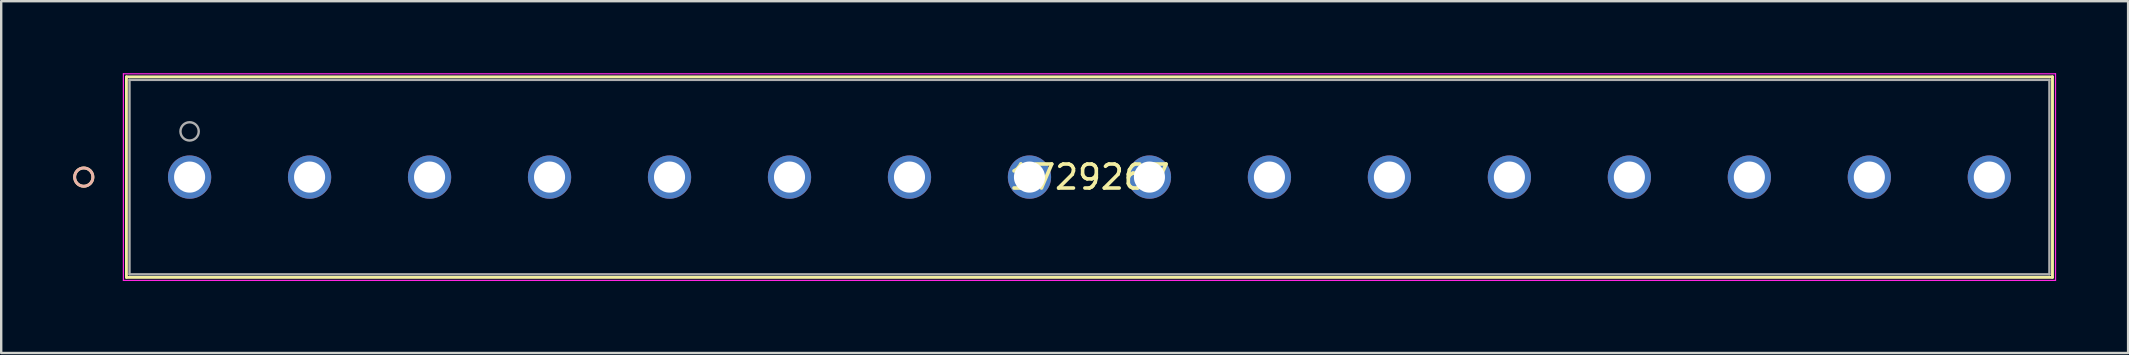
<source format=kicad_pcb>
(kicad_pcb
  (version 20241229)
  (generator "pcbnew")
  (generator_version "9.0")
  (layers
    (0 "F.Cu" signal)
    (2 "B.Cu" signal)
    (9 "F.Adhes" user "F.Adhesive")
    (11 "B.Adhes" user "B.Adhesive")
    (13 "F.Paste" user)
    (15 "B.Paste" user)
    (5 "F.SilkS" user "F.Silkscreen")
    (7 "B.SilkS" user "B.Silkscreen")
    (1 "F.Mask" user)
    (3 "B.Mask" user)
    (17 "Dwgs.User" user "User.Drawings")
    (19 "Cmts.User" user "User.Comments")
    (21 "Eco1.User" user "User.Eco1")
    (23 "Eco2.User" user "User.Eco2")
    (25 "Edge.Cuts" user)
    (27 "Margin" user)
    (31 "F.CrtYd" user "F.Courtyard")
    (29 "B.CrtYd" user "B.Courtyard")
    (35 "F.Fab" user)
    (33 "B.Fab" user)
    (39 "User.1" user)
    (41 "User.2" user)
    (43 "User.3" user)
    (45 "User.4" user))
  (footprint "1729267"
    (layer "F.Cu")
    (at 4.851 4.33)
    (property "Reference" "1729267" (at 37.5 0 0) (layer "F.SilkS") (effects (font (size 1 1) (thickness 0.15))))
    (attr through_hole)
    (fp_line (start -2.632 -4.178) (end -2.632 4.178) (stroke (width 0.12) (type solid)) (layer "F.SilkS"))
    (fp_line (start -2.632 4.178) (end 77.632 4.178) (stroke (width 0.12) (type solid)) (layer "F.SilkS"))
    (fp_line (start 77.632 -4.178) (end -2.632 -4.178) (stroke (width 0.12) (type solid)) (layer "F.SilkS"))
    (fp_line (start 77.632 4.178) (end 77.632 -4.178) (stroke (width 0.12) (type solid)) (layer "F.SilkS"))
    (fp_circle (center -4.41 0) (end -4.029 0) (stroke (width 0.12) (type solid)) (fill no) (layer "F.SilkS"))
    (fp_circle (center -4.41 0) (end -4.029 0) (stroke (width 0.12) (type solid)) (fill no) (layer "B.SilkS"))
    (fp_line (start -2.759 -4.305) (end -2.759 4.305) (stroke (width 0.05) (type solid)) (layer "F.CrtYd"))
    (fp_line (start -2.759 4.305) (end 77.759 4.305) (stroke (width 0.05) (type solid)) (layer "F.CrtYd"))
    (fp_line (start 77.759 -4.305) (end -2.759 -4.305) (stroke (width 0.05) (type solid)) (layer "F.CrtYd"))
    (fp_line (start 77.759 4.305) (end 77.759 -4.305) (stroke (width 0.05) (type solid)) (layer "F.CrtYd"))
    (fp_line (start -2.505 -4.051) (end -2.505 4.051) (stroke (width 0.1) (type solid)) (layer "F.Fab"))
    (fp_line (start -2.505 4.051) (end 77.505 4.051) (stroke (width 0.1) (type solid)) (layer "F.Fab"))
    (fp_line (start 77.505 -4.051) (end -2.505 -4.051) (stroke (width 0.1) (type solid)) (layer "F.Fab"))
    (fp_line (start 77.505 4.051) (end 77.505 -4.051) (stroke (width 0.1) (type solid)) (layer "F.Fab"))
    (fp_circle (center 0 -1.905) (end 0.381 -1.905) (stroke (width 0.1) (type solid)) (fill no) (layer "F.Fab"))
    (fp_text user "*" (at 0 0 0) (layer "F.SilkS") (effects (font (size 1 1) (thickness 0.15))))
    (fp_text user "Copyright 2021 Accelerated Designs. All rights reserved." (at 0 0 0) (layer "Cmts.User") (effects (font (size 0.127 0.127) (thickness 0.002))))
    (fp_text user "*" (at 0 0 0) (layer "F.Fab") (effects (font (size 1 1) (thickness 0.15))))
    (pad "1" thru_hole circle (at -0.000001 0) (size 1.803 1.803) (drill 1.295) (layers "*.Cu" "*.Mask"))
    (pad "2" thru_hole circle (at 5 0) (size 1.803 1.803) (drill 1.295) (layers "*.Cu" "*.Mask"))
    (pad "3" thru_hole circle (at 10 0) (size 1.803 1.803) (drill 1.295) (layers "*.Cu" "*.Mask"))
    (pad "4" thru_hole circle (at 15 0) (size 1.803 1.803) (drill 1.295) (layers "*.Cu" "*.Mask"))
    (pad "5" thru_hole circle (at 20 0) (size 1.803 1.803) (drill 1.295) (layers "*.Cu" "*.Mask"))
    (pad "6" thru_hole circle (at 25 0) (size 1.803 1.803) (drill 1.295) (layers "*.Cu" "*.Mask"))
    (pad "7" thru_hole circle (at 30 0) (size 1.803 1.803) (drill 1.295) (layers "*.Cu" "*.Mask"))
    (pad "8" thru_hole circle (at 35 0) (size 1.803 1.803) (drill 1.295) (layers "*.Cu" "*.Mask"))
    (pad "9" thru_hole circle (at 40 0) (size 1.803 1.803) (drill 1.295) (layers "*.Cu" "*.Mask"))
    (pad "10" thru_hole circle (at 45 0) (size 1.803 1.803) (drill 1.295) (layers "*.Cu" "*.Mask"))
    (pad "11" thru_hole circle (at 50 0) (size 1.803 1.803) (drill 1.295) (layers "*.Cu" "*.Mask"))
    (pad "12" thru_hole circle (at 55 0) (size 1.803 1.803) (drill 1.295) (layers "*.Cu" "*.Mask"))
    (pad "13" thru_hole circle (at 60 0) (size 1.803 1.803) (drill 1.295) (layers "*.Cu" "*.Mask"))
    (pad "14" thru_hole circle (at 65 0) (size 1.803 1.803) (drill 1.295) (layers "*.Cu" "*.Mask"))
    (pad "15" thru_hole circle (at 70 0) (size 1.803 1.803) (drill 1.295) (layers "*.Cu" "*.Mask"))
    (pad "16" thru_hole circle (at 75 0) (size 1.803 1.803) (drill 1.295) (layers "*.Cu" "*.Mask")))
  (gr_rect
    (start -3 -3)
    (end 85.635 11.661)
    (stroke (width 0.1) (type default))
    (fill no)
    (layer "Edge.Cuts")))
</source>
